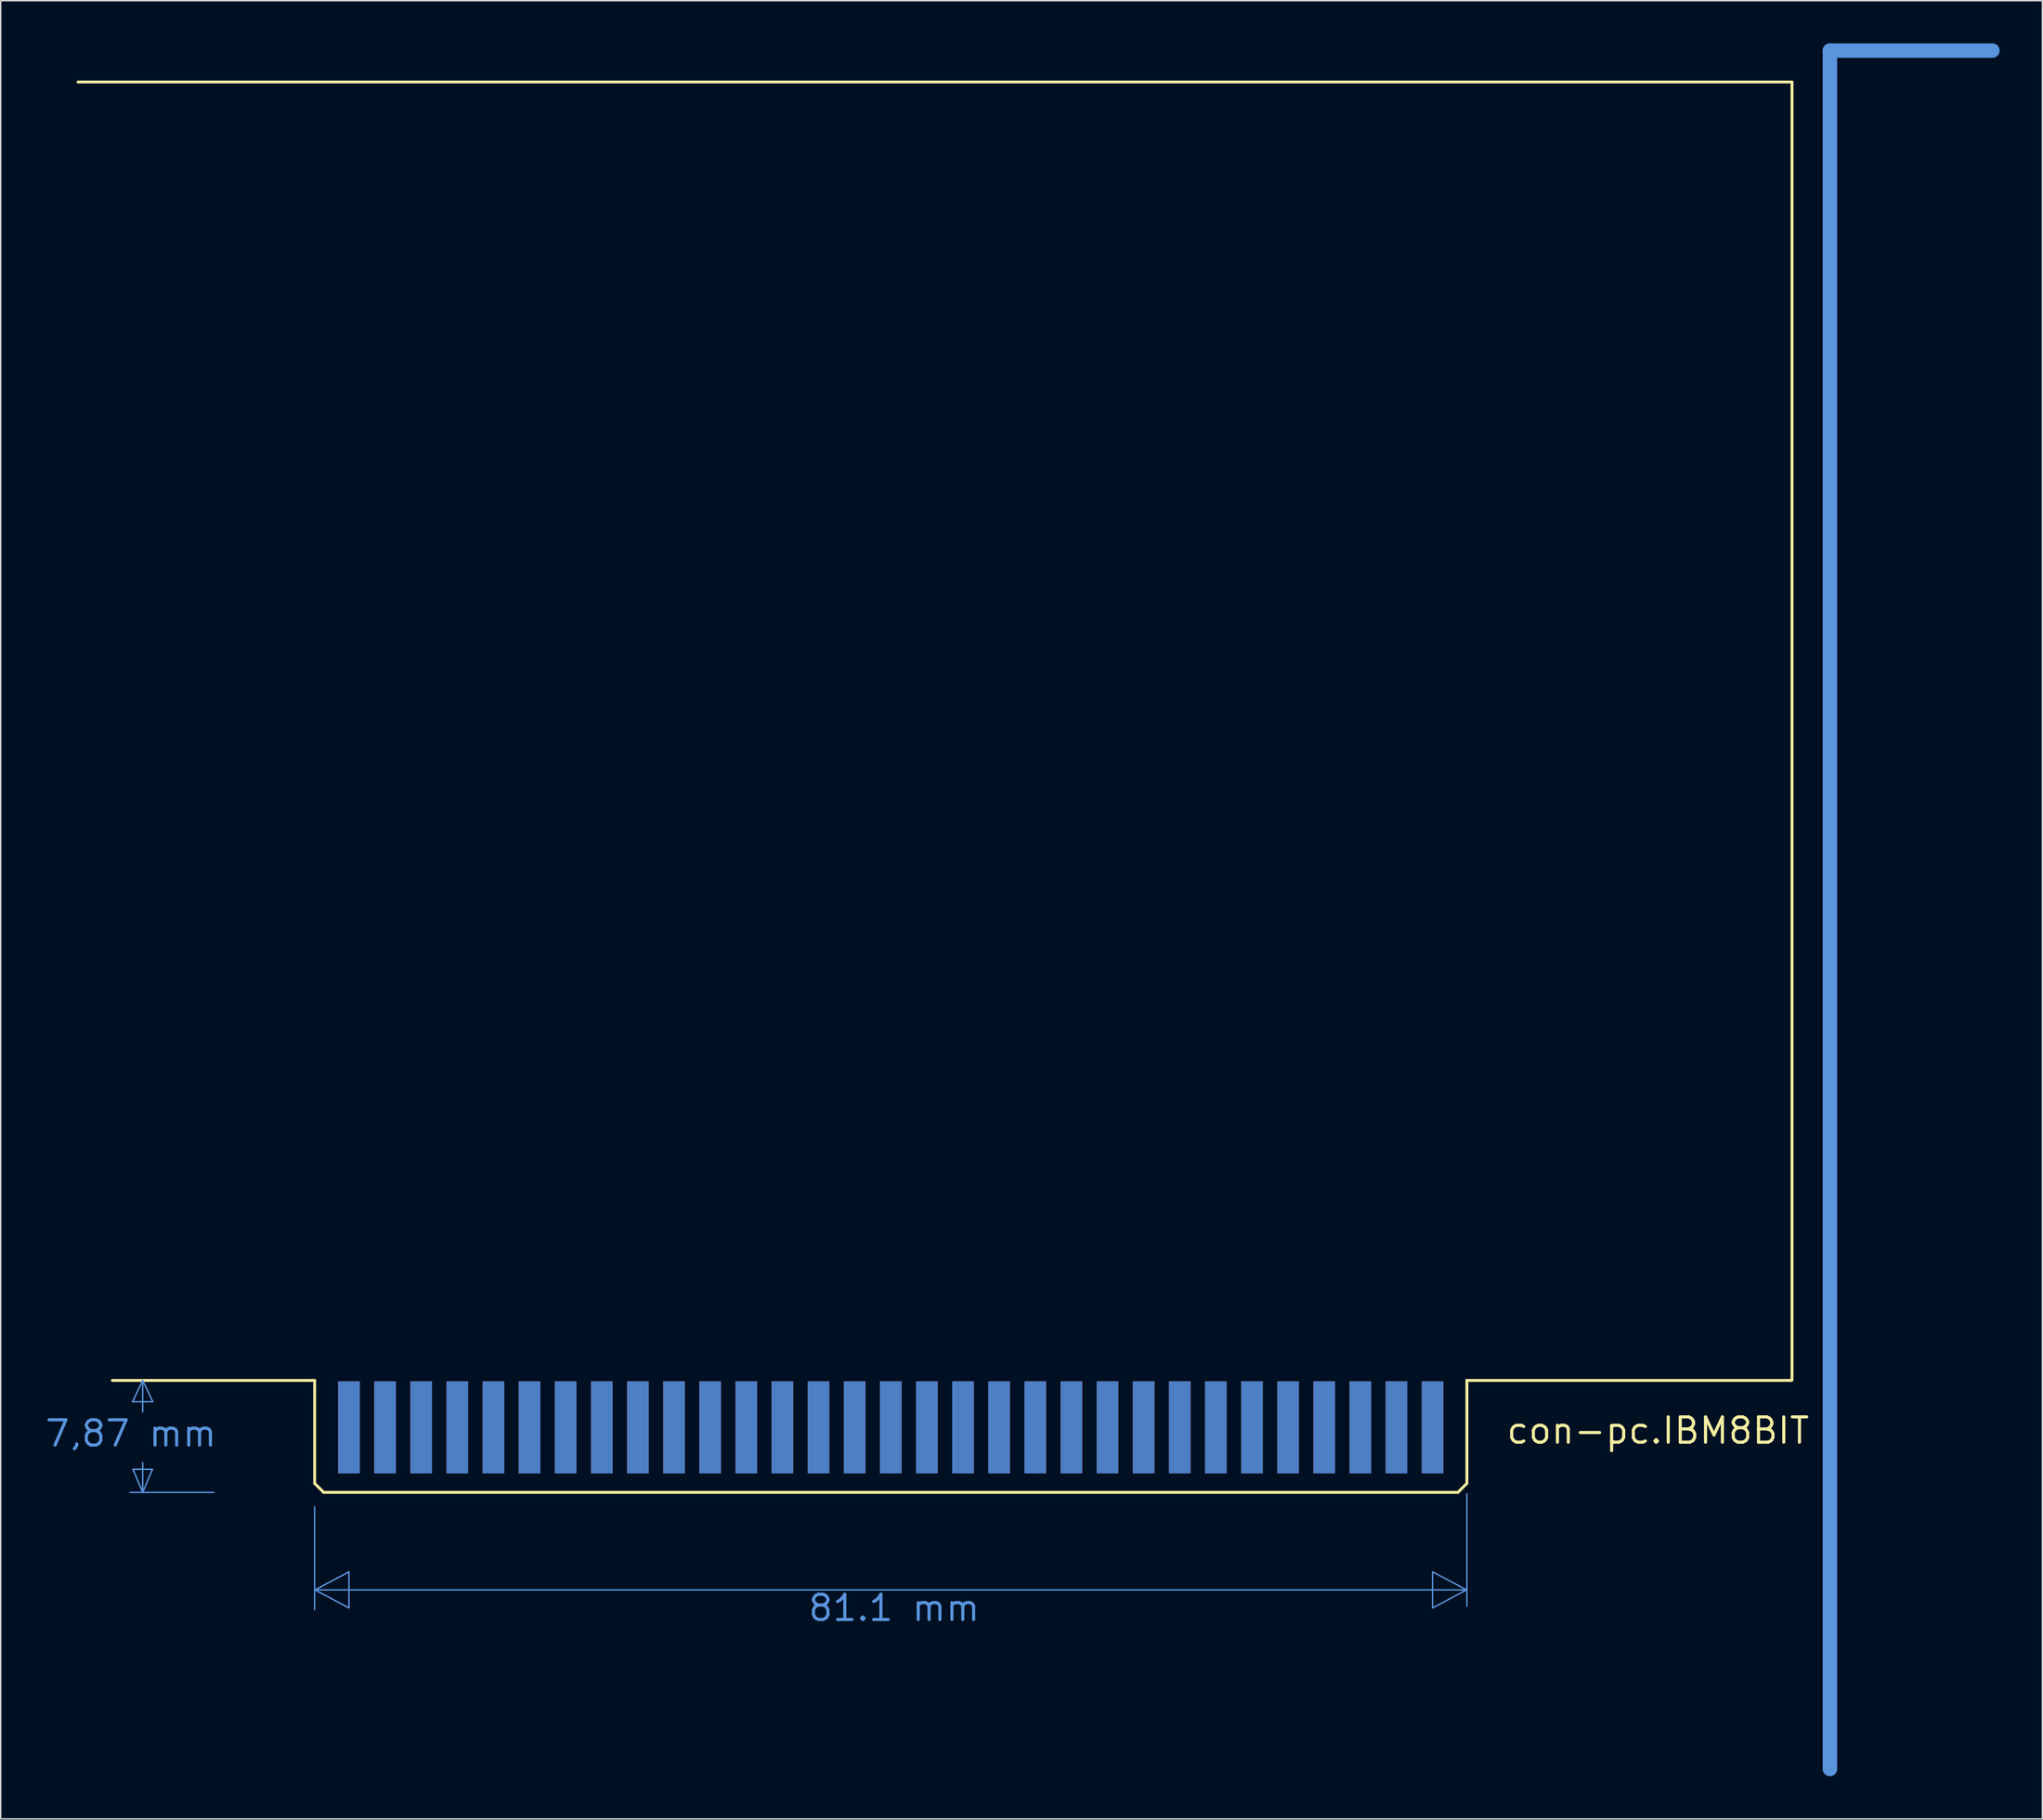
<source format=kicad_pcb>
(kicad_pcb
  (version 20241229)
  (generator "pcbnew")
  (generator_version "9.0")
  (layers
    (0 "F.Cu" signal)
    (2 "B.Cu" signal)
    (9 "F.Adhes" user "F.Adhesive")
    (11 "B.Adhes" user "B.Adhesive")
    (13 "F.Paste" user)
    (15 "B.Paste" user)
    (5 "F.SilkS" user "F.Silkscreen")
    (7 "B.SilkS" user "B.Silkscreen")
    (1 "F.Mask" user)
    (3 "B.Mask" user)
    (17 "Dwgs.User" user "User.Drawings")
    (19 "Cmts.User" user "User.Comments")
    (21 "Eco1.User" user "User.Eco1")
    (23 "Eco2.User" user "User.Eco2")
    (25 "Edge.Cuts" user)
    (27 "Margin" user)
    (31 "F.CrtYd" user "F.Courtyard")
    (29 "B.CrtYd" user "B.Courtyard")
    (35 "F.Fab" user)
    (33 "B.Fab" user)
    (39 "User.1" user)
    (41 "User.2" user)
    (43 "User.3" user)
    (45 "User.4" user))
  (footprint "con-pc.IBM8BIT"
    (layer "B.Cu")
    (at 123.088 102.413)
    (property "Reference" "con-pc.IBM8BIT" (at -20.32 -3.81 0) (layer "F.SilkS") (effects (font (size 1.778 1.778) (thickness 0.22)) (justify left bottom)))
    (attr smd)
    (fp_line (start -105.41 3.81) (end -16.51 3.81) (stroke (width 1.016) (type default)) (layer "F.Mask"))
    (fp_line (start -101.6 -2.54) (end -101.6 3.81) (stroke (width 1.016) (type default)) (layer "F.Mask"))
    (fp_line (start -99.06 -2.54) (end -99.06 3.81) (stroke (width 1.016) (type default)) (layer "F.Mask"))
    (fp_line (start -96.52 -2.54) (end -96.52 3.81) (stroke (width 1.016) (type default)) (layer "F.Mask"))
    (fp_line (start -93.98 -2.54) (end -93.98 3.81) (stroke (width 1.016) (type default)) (layer "F.Mask"))
    (fp_line (start -91.44 -2.54) (end -91.44 3.81) (stroke (width 1.016) (type default)) (layer "F.Mask"))
    (fp_line (start -88.9 -2.54) (end -88.9 3.81) (stroke (width 1.016) (type default)) (layer "F.Mask"))
    (fp_line (start -86.36 -2.54) (end -86.36 3.81) (stroke (width 1.016) (type default)) (layer "F.Mask"))
    (fp_line (start -83.82 -2.54) (end -83.82 3.81) (stroke (width 1.016) (type default)) (layer "F.Mask"))
    (fp_line (start -81.28 -2.54) (end -81.28 3.81) (stroke (width 1.016) (type default)) (layer "F.Mask"))
    (fp_line (start -78.74 -2.54) (end -78.74 3.81) (stroke (width 1.016) (type default)) (layer "F.Mask"))
    (fp_line (start -76.2 -2.54) (end -76.2 3.81) (stroke (width 1.016) (type default)) (layer "F.Mask"))
    (fp_line (start -73.66 -2.54) (end -73.66 3.81) (stroke (width 1.016) (type default)) (layer "F.Mask"))
    (fp_line (start -71.12 -2.54) (end -71.12 3.81) (stroke (width 1.016) (type default)) (layer "F.Mask"))
    (fp_line (start -68.58 -2.54) (end -68.58 3.81) (stroke (width 1.016) (type default)) (layer "F.Mask"))
    (fp_line (start -66.04 -2.54) (end -66.04 3.81) (stroke (width 1.016) (type default)) (layer "F.Mask"))
    (fp_line (start -63.5 -2.54) (end -63.5 3.81) (stroke (width 1.016) (type default)) (layer "F.Mask"))
    (fp_line (start -60.96 -2.54) (end -60.96 3.81) (stroke (width 1.016) (type default)) (layer "F.Mask"))
    (fp_line (start -58.42 -2.54) (end -58.42 3.81) (stroke (width 1.016) (type default)) (layer "F.Mask"))
    (fp_line (start -55.88 -2.54) (end -55.88 3.81) (stroke (width 1.016) (type default)) (layer "F.Mask"))
    (fp_line (start -53.34 -2.54) (end -53.34 3.81) (stroke (width 1.016) (type default)) (layer "F.Mask"))
    (fp_line (start -50.8 -2.54) (end -50.8 3.81) (stroke (width 1.016) (type default)) (layer "F.Mask"))
    (fp_line (start -48.26 -2.54) (end -48.26 3.81) (stroke (width 1.016) (type default)) (layer "F.Mask"))
    (fp_line (start -45.72 -2.54) (end -45.72 3.81) (stroke (width 1.016) (type default)) (layer "F.Mask"))
    (fp_line (start -43.18 -2.54) (end -43.18 3.81) (stroke (width 1.016) (type default)) (layer "F.Mask"))
    (fp_line (start -40.64 -2.54) (end -40.64 3.81) (stroke (width 1.016) (type default)) (layer "F.Mask"))
    (fp_line (start -38.1 -2.54) (end -38.1 3.81) (stroke (width 1.016) (type default)) (layer "F.Mask"))
    (fp_line (start -35.56 -2.54) (end -35.56 3.81) (stroke (width 1.016) (type default)) (layer "F.Mask"))
    (fp_line (start -33.02 -2.54) (end -33.02 3.81) (stroke (width 1.016) (type default)) (layer "F.Mask"))
    (fp_line (start -30.48 -2.54) (end -30.48 3.81) (stroke (width 1.016) (type default)) (layer "F.Mask"))
    (fp_line (start -27.94 -2.54) (end -27.94 3.81) (stroke (width 1.016) (type default)) (layer "F.Mask"))
    (fp_line (start -25.4 -2.54) (end -25.4 3.81) (stroke (width 1.016) (type default)) (layer "F.Mask"))
    (fp_rect (start -102.362 -1.778) (end -100.838 -8.382) (stroke (width 0.05) (type default)) (fill yes) (layer "F.Mask"))
    (fp_rect (start -99.822 -1.778) (end -98.298 -8.382) (stroke (width 0.05) (type default)) (fill yes) (layer "F.Mask"))
    (fp_rect (start -97.282 -1.778) (end -95.758 -8.382) (stroke (width 0.05) (type default)) (fill yes) (layer "F.Mask"))
    (fp_rect (start -94.742 -1.778) (end -93.218 -8.382) (stroke (width 0.05) (type default)) (fill yes) (layer "F.Mask"))
    (fp_rect (start -92.202 -1.778) (end -90.678 -8.382) (stroke (width 0.05) (type default)) (fill yes) (layer "F.Mask"))
    (fp_rect (start -89.662 -1.778) (end -88.138 -8.382) (stroke (width 0.05) (type default)) (fill yes) (layer "F.Mask"))
    (fp_rect (start -87.122 -1.778) (end -85.598 -8.382) (stroke (width 0.05) (type default)) (fill yes) (layer "F.Mask"))
    (fp_rect (start -84.582 -1.778) (end -83.058 -8.382) (stroke (width 0.05) (type default)) (fill yes) (layer "F.Mask"))
    (fp_rect (start -82.042 -1.778) (end -80.518 -8.382) (stroke (width 0.05) (type default)) (fill yes) (layer "F.Mask"))
    (fp_rect (start -79.502 -1.778) (end -77.978 -8.382) (stroke (width 0.05) (type default)) (fill yes) (layer "F.Mask"))
    (fp_rect (start -76.962 -1.778) (end -75.438 -8.382) (stroke (width 0.05) (type default)) (fill yes) (layer "F.Mask"))
    (fp_rect (start -74.422 -1.778) (end -72.898 -8.382) (stroke (width 0.05) (type default)) (fill yes) (layer "F.Mask"))
    (fp_rect (start -71.882 -1.778) (end -70.358 -8.382) (stroke (width 0.05) (type default)) (fill yes) (layer "F.Mask"))
    (fp_rect (start -69.342 -1.778) (end -67.818 -8.382) (stroke (width 0.05) (type default)) (fill yes) (layer "F.Mask"))
    (fp_rect (start -66.802 -1.778) (end -65.278 -8.382) (stroke (width 0.05) (type default)) (fill yes) (layer "F.Mask"))
    (fp_rect (start -64.262 -1.778) (end -62.738 -8.382) (stroke (width 0.05) (type default)) (fill yes) (layer "F.Mask"))
    (fp_rect (start -61.722 -1.778) (end -60.198 -8.382) (stroke (width 0.05) (type default)) (fill yes) (layer "F.Mask"))
    (fp_rect (start -59.182 -1.778) (end -57.658 -8.382) (stroke (width 0.05) (type default)) (fill yes) (layer "F.Mask"))
    (fp_rect (start -56.642 -1.778) (end -55.118 -8.382) (stroke (width 0.05) (type default)) (fill yes) (layer "F.Mask"))
    (fp_rect (start -54.102 -1.778) (end -52.578 -8.382) (stroke (width 0.05) (type default)) (fill yes) (layer "F.Mask"))
    (fp_rect (start -51.562 -1.778) (end -50.038 -8.382) (stroke (width 0.05) (type default)) (fill yes) (layer "F.Mask"))
    (fp_rect (start -49.022 -1.778) (end -47.498 -8.382) (stroke (width 0.05) (type default)) (fill yes) (layer "F.Mask"))
    (fp_rect (start -46.482 -1.778) (end -44.958 -8.382) (stroke (width 0.05) (type default)) (fill yes) (layer "F.Mask"))
    (fp_rect (start -43.942 -1.778) (end -42.418 -8.382) (stroke (width 0.05) (type default)) (fill yes) (layer "F.Mask"))
    (fp_rect (start -41.402 -1.778) (end -39.878 -8.382) (stroke (width 0.05) (type default)) (fill yes) (layer "F.Mask"))
    (fp_rect (start -38.862 -1.778) (end -37.338 -8.382) (stroke (width 0.05) (type default)) (fill yes) (layer "F.Mask"))
    (fp_rect (start -36.322 -1.778) (end -34.798 -8.382) (stroke (width 0.05) (type default)) (fill yes) (layer "F.Mask"))
    (fp_rect (start -33.782 -1.778) (end -32.258 -8.382) (stroke (width 0.05) (type default)) (fill yes) (layer "F.Mask"))
    (fp_rect (start -31.242 -1.778) (end -29.718 -8.382) (stroke (width 0.05) (type default)) (fill yes) (layer "F.Mask"))
    (fp_rect (start -28.702 -1.778) (end -27.178 -8.382) (stroke (width 0.05) (type default)) (fill yes) (layer "F.Mask"))
    (fp_rect (start -26.162 -1.778) (end -24.638 -8.382) (stroke (width 0.05) (type default)) (fill yes) (layer "F.Mask"))
    (fp_line (start -105.41 3.81) (end -16.51 3.81) (stroke (width 1.016) (type default)) (layer "B.Mask"))
    (fp_line (start -101.6 -2.54) (end -101.6 3.81) (stroke (width 1.016) (type default)) (layer "B.Mask"))
    (fp_line (start -99.06 -2.54) (end -99.06 3.81) (stroke (width 1.016) (type default)) (layer "B.Mask"))
    (fp_line (start -96.52 -2.54) (end -96.52 3.81) (stroke (width 1.016) (type default)) (layer "B.Mask"))
    (fp_line (start -93.98 -2.54) (end -93.98 3.81) (stroke (width 1.016) (type default)) (layer "B.Mask"))
    (fp_line (start -91.44 -2.54) (end -91.44 3.81) (stroke (width 1.016) (type default)) (layer "B.Mask"))
    (fp_line (start -88.9 -2.54) (end -88.9 3.81) (stroke (width 1.016) (type default)) (layer "B.Mask"))
    (fp_line (start -86.36 -2.54) (end -86.36 3.81) (stroke (width 1.016) (type default)) (layer "B.Mask"))
    (fp_line (start -83.82 -2.54) (end -83.82 3.81) (stroke (width 1.016) (type default)) (layer "B.Mask"))
    (fp_line (start -81.28 -2.54) (end -81.28 3.81) (stroke (width 1.016) (type default)) (layer "B.Mask"))
    (fp_line (start -78.74 -2.54) (end -78.74 3.81) (stroke (width 1.016) (type default)) (layer "B.Mask"))
    (fp_line (start -76.2 -2.54) (end -76.2 3.81) (stroke (width 1.016) (type default)) (layer "B.Mask"))
    (fp_line (start -73.66 -2.54) (end -73.66 3.81) (stroke (width 1.016) (type default)) (layer "B.Mask"))
    (fp_line (start -71.12 -2.54) (end -71.12 3.81) (stroke (width 1.016) (type default)) (layer "B.Mask"))
    (fp_line (start -68.58 -2.54) (end -68.58 3.81) (stroke (width 1.016) (type default)) (layer "B.Mask"))
    (fp_line (start -66.04 -2.54) (end -66.04 3.81) (stroke (width 1.016) (type default)) (layer "B.Mask"))
    (fp_line (start -63.5 -2.54) (end -63.5 3.81) (stroke (width 1.016) (type default)) (layer "B.Mask"))
    (fp_line (start -60.96 -2.54) (end -60.96 3.81) (stroke (width 1.016) (type default)) (layer "B.Mask"))
    (fp_line (start -58.42 -2.54) (end -58.42 3.81) (stroke (width 1.016) (type default)) (layer "B.Mask"))
    (fp_line (start -55.88 -2.54) (end -55.88 3.81) (stroke (width 1.016) (type default)) (layer "B.Mask"))
    (fp_line (start -53.34 -2.54) (end -53.34 3.81) (stroke (width 1.016) (type default)) (layer "B.Mask"))
    (fp_line (start -50.8 -2.54) (end -50.8 3.81) (stroke (width 1.016) (type default)) (layer "B.Mask"))
    (fp_line (start -48.26 -2.54) (end -48.26 3.81) (stroke (width 1.016) (type default)) (layer "B.Mask"))
    (fp_line (start -45.72 -2.54) (end -45.72 3.81) (stroke (width 1.016) (type default)) (layer "B.Mask"))
    (fp_line (start -43.18 -2.54) (end -43.18 3.81) (stroke (width 1.016) (type default)) (layer "B.Mask"))
    (fp_line (start -40.64 -2.54) (end -40.64 3.81) (stroke (width 1.016) (type default)) (layer "B.Mask"))
    (fp_line (start -38.1 -2.54) (end -38.1 3.81) (stroke (width 1.016) (type default)) (layer "B.Mask"))
    (fp_line (start -35.56 -2.54) (end -35.56 3.81) (stroke (width 1.016) (type default)) (layer "B.Mask"))
    (fp_line (start -33.02 -2.54) (end -33.02 3.81) (stroke (width 1.016) (type default)) (layer "B.Mask"))
    (fp_line (start -30.48 -2.54) (end -30.48 3.81) (stroke (width 1.016) (type default)) (layer "B.Mask"))
    (fp_line (start -27.94 -2.54) (end -27.94 3.81) (stroke (width 1.016) (type default)) (layer "B.Mask"))
    (fp_line (start -25.4 -2.54) (end -25.4 3.81) (stroke (width 1.016) (type default)) (layer "B.Mask"))
    (fp_rect (start -102.362 -1.778) (end -100.838 -8.382) (stroke (width 0.05) (type default)) (fill yes) (layer "B.Mask"))
    (fp_rect (start -99.822 -1.778) (end -98.298 -8.382) (stroke (width 0.05) (type default)) (fill yes) (layer "B.Mask"))
    (fp_rect (start -97.282 -1.778) (end -95.758 -8.382) (stroke (width 0.05) (type default)) (fill yes) (layer "B.Mask"))
    (fp_rect (start -94.742 -1.778) (end -93.218 -8.382) (stroke (width 0.05) (type default)) (fill yes) (layer "B.Mask"))
    (fp_rect (start -92.202 -1.778) (end -90.678 -8.382) (stroke (width 0.05) (type default)) (fill yes) (layer "B.Mask"))
    (fp_rect (start -89.662 -1.778) (end -88.138 -8.382) (stroke (width 0.05) (type default)) (fill yes) (layer "B.Mask"))
    (fp_rect (start -87.122 -1.778) (end -85.598 -8.382) (stroke (width 0.05) (type default)) (fill yes) (layer "B.Mask"))
    (fp_rect (start -84.582 -1.778) (end -83.058 -8.382) (stroke (width 0.05) (type default)) (fill yes) (layer "B.Mask"))
    (fp_rect (start -82.042 -1.778) (end -80.518 -8.382) (stroke (width 0.05) (type default)) (fill yes) (layer "B.Mask"))
    (fp_rect (start -79.502 -1.778) (end -77.978 -8.382) (stroke (width 0.05) (type default)) (fill yes) (layer "B.Mask"))
    (fp_rect (start -76.962 -1.778) (end -75.438 -8.382) (stroke (width 0.05) (type default)) (fill yes) (layer "B.Mask"))
    (fp_rect (start -74.422 -1.778) (end -72.898 -8.382) (stroke (width 0.05) (type default)) (fill yes) (layer "B.Mask"))
    (fp_rect (start -71.882 -1.778) (end -70.358 -8.382) (stroke (width 0.05) (type default)) (fill yes) (layer "B.Mask"))
    (fp_rect (start -69.342 -1.778) (end -67.818 -8.382) (stroke (width 0.05) (type default)) (fill yes) (layer "B.Mask"))
    (fp_rect (start -66.802 -1.778) (end -65.278 -8.382) (stroke (width 0.05) (type default)) (fill yes) (layer "B.Mask"))
    (fp_rect (start -64.262 -1.778) (end -62.738 -8.382) (stroke (width 0.05) (type default)) (fill yes) (layer "B.Mask"))
    (fp_rect (start -61.722 -1.778) (end -60.198 -8.382) (stroke (width 0.05) (type default)) (fill yes) (layer "B.Mask"))
    (fp_rect (start -59.182 -1.778) (end -57.658 -8.382) (stroke (width 0.05) (type default)) (fill yes) (layer "B.Mask"))
    (fp_rect (start -56.642 -1.778) (end -55.118 -8.382) (stroke (width 0.05) (type default)) (fill yes) (layer "B.Mask"))
    (fp_rect (start -54.102 -1.778) (end -52.578 -8.382) (stroke (width 0.05) (type default)) (fill yes) (layer "B.Mask"))
    (fp_rect (start -51.562 -1.778) (end -50.038 -8.382) (stroke (width 0.05) (type default)) (fill yes) (layer "B.Mask"))
    (fp_rect (start -49.022 -1.778) (end -47.498 -8.382) (stroke (width 0.05) (type default)) (fill yes) (layer "B.Mask"))
    (fp_rect (start -46.482 -1.778) (end -44.958 -8.382) (stroke (width 0.05) (type default)) (fill yes) (layer "B.Mask"))
    (fp_rect (start -43.942 -1.778) (end -42.418 -8.382) (stroke (width 0.05) (type default)) (fill yes) (layer "B.Mask"))
    (fp_rect (start -41.402 -1.778) (end -39.878 -8.382) (stroke (width 0.05) (type default)) (fill yes) (layer "B.Mask"))
    (fp_rect (start -38.862 -1.778) (end -37.338 -8.382) (stroke (width 0.05) (type default)) (fill yes) (layer "B.Mask"))
    (fp_rect (start -36.322 -1.778) (end -34.798 -8.382) (stroke (width 0.05) (type default)) (fill yes) (layer "B.Mask"))
    (fp_rect (start -33.782 -1.778) (end -32.258 -8.382) (stroke (width 0.05) (type default)) (fill yes) (layer "B.Mask"))
    (fp_rect (start -31.242 -1.778) (end -29.718 -8.382) (stroke (width 0.05) (type default)) (fill yes) (layer "B.Mask"))
    (fp_rect (start -28.702 -1.778) (end -27.178 -8.382) (stroke (width 0.05) (type default)) (fill yes) (layer "B.Mask"))
    (fp_rect (start -26.162 -1.778) (end -24.638 -8.382) (stroke (width 0.05) (type default)) (fill yes) (layer "B.Mask"))
    (fp_line (start -104.013 -8.382) (end -118.237 -8.382) (stroke (width 0.203) (type default)) (layer "F.SilkS"))
    (fp_line (start -104.013 -8.382) (end -104.013 -6.35) (stroke (width 0.152) (type default)) (layer "F.SilkS"))
    (fp_line (start -104.013 -8.382) (end -104.013 -1.143) (stroke (width 0.203) (type default)) (layer "F.SilkS"))
    (fp_line (start -103.378 -0.508) (end -104.013 -1.143) (stroke (width 0.203) (type default)) (layer "F.SilkS"))
    (fp_line (start -23.622 -0.508) (end -103.378 -0.508) (stroke (width 0.203) (type default)) (layer "F.SilkS"))
    (fp_line (start -22.987 -8.382) (end -22.987 -1.143) (stroke (width 0.203) (type default)) (layer "F.SilkS"))
    (fp_line (start -22.987 -1.143) (end -23.622 -0.508) (stroke (width 0.203) (type default)) (layer "F.SilkS"))
    (fp_line (start -0.154 -8.382) (end -22.987 -8.382) (stroke (width 0.203) (type default)) (layer "F.SilkS"))
    (fp_line (start -0.127 -99.661) (end -0.127 -8.413) (stroke (width 0.203) (type default)) (layer "F.SilkS"))
    (fp_line (start -0.119 -99.695) (end -120.65 -99.695) (stroke (width 0.203) (type default)) (layer "F.SilkS"))
    (fp_line (start -116.815 -6.883) (end -115.392 -6.883) (stroke (width 0.1) (type default)) (layer "Cmts.User"))
    (fp_line (start -116.789 -2.134) (end -116.103 -0.508) (stroke (width 0.1) (type default)) (layer "Cmts.User"))
    (fp_line (start -116.103 -8.382) (end -116.815 -6.883) (stroke (width 0.1) (type default)) (layer "Cmts.User"))
    (fp_line (start -116.103 -8.382) (end -116.103 -6.172) (stroke (width 0.1) (type default)) (layer "Cmts.User"))
    (fp_line (start -116.103 -0.508) (end -116.992 -0.508) (stroke (width 0.1) (type default)) (layer "Cmts.User"))
    (fp_line (start -116.103 -0.508) (end -116.103 -2.591) (stroke (width 0.1) (type default)) (layer "Cmts.User"))
    (fp_line (start -116.103 -0.508) (end -115.418 -2.134) (stroke (width 0.1) (type default)) (layer "Cmts.User"))
    (fp_line (start -115.418 -2.134) (end -116.789 -2.134) (stroke (width 0.1) (type default)) (layer "Cmts.User"))
    (fp_line (start -115.392 -6.883) (end -116.103 -8.382) (stroke (width 0.1) (type default)) (layer "Cmts.User"))
    (fp_line (start -111.1 -0.508) (end -116.103 -0.508) (stroke (width 0.1) (type default)) (layer "Cmts.User"))
    (fp_line (start -104.013 0.508) (end -104.013 7.747) (stroke (width 0.1) (type default)) (layer "Cmts.User"))
    (fp_line (start -103.988 6.35) (end -101.6 5.08) (stroke (width 0.1) (type default)) (layer "Cmts.User"))
    (fp_line (start -101.6 5.08) (end -101.6 7.62) (stroke (width 0.1) (type default)) (layer "Cmts.User"))
    (fp_line (start -101.6 7.62) (end -103.988 6.35) (stroke (width 0.1) (type default)) (layer "Cmts.User"))
    (fp_line (start -25.4 5.08) (end -25.4 7.62) (stroke (width 0.1) (type default)) (layer "Cmts.User"))
    (fp_line (start -25.4 7.62) (end -23.012 6.35) (stroke (width 0.1) (type default)) (layer "Cmts.User"))
    (fp_line (start -23.012 6.35) (end -103.988 6.35) (stroke (width 0.1) (type default)) (layer "Cmts.User"))
    (fp_line (start -23.012 6.35) (end -25.4 5.08) (stroke (width 0.1) (type default)) (layer "Cmts.User"))
    (fp_line (start -22.987 -0.406) (end -22.987 7.493) (stroke (width 0.1) (type default)) (layer "Cmts.User"))
    (fp_line (start 2.54 -101.905) (end 13.97 -101.905) (stroke (width 1.016) (type default)) (layer "Cmts.User"))
    (fp_line (start 2.54 18.948) (end 2.54 -101.905) (stroke (width 1.016) (type default)) (layer "Cmts.User"))
    (fp_text user "7,87 mm" (at -123.088 -3.607 0) (layer "Cmts.User") (effects (font (size 1.778 1.778) (thickness 0.22)) (justify left bottom)))
    (fp_text user "81.1 mm" (at -69.418 8.661 0) (layer "Cmts.User") (effects (font (size 1.778 1.778) (thickness 0.22)) (justify left bottom)))
    (pad "A1" smd roundrect (at -25.4 -5.08) (size 1.524 6.477) (layers "F.Cu" "F.Mask" "F.Paste") (roundrect_rratio 0.01))
    (pad "A2" smd roundrect (at -27.94 -5.08) (size 1.524 6.477) (layers "F.Cu" "F.Mask" "F.Paste") (roundrect_rratio 0.01))
    (pad "A3" smd roundrect (at -30.48 -5.08) (size 1.524 6.477) (layers "F.Cu" "F.Mask" "F.Paste") (roundrect_rratio 0.01))
    (pad "A4" smd roundrect (at -33.02 -5.08) (size 1.524 6.477) (layers "F.Cu" "F.Mask" "F.Paste") (roundrect_rratio 0.01))
    (pad "A5" smd roundrect (at -35.56 -5.08) (size 1.524 6.477) (layers "F.Cu" "F.Mask" "F.Paste") (roundrect_rratio 0.01))
    (pad "A6" smd roundrect (at -38.1 -5.08) (size 1.524 6.477) (layers "F.Cu" "F.Mask" "F.Paste") (roundrect_rratio 0.01))
    (pad "A7" smd roundrect (at -40.64 -5.08) (size 1.524 6.477) (layers "F.Cu" "F.Mask" "F.Paste") (roundrect_rratio 0.01))
    (pad "A8" smd roundrect (at -43.18 -5.08) (size 1.524 6.477) (layers "F.Cu" "F.Mask" "F.Paste") (roundrect_rratio 0.01))
    (pad "A9" smd roundrect (at -45.72 -5.08) (size 1.524 6.477) (layers "F.Cu" "F.Mask" "F.Paste") (roundrect_rratio 0.01))
    (pad "A10" smd roundrect (at -48.26 -5.08) (size 1.524 6.477) (layers "F.Cu" "F.Mask" "F.Paste") (roundrect_rratio 0.01))
    (pad "A11" smd roundrect (at -50.8 -5.08) (size 1.524 6.477) (layers "F.Cu" "F.Mask" "F.Paste") (roundrect_rratio 0.01))
    (pad "A12" smd roundrect (at -53.34 -5.08) (size 1.524 6.477) (layers "F.Cu" "F.Mask" "F.Paste") (roundrect_rratio 0.01))
    (pad "A13" smd roundrect (at -55.88 -5.08) (size 1.524 6.477) (layers "F.Cu" "F.Mask" "F.Paste") (roundrect_rratio 0.01))
    (pad "A14" smd roundrect (at -58.42 -5.08) (size 1.524 6.477) (layers "F.Cu" "F.Mask" "F.Paste") (roundrect_rratio 0.01))
    (pad "A15" smd roundrect (at -60.96 -5.08) (size 1.524 6.477) (layers "F.Cu" "F.Mask" "F.Paste") (roundrect_rratio 0.01))
    (pad "A16" smd roundrect (at -63.5 -5.08) (size 1.524 6.477) (layers "F.Cu" "F.Mask" "F.Paste") (roundrect_rratio 0.01))
    (pad "A17" smd roundrect (at -66.04 -5.08) (size 1.524 6.477) (layers "F.Cu" "F.Mask" "F.Paste") (roundrect_rratio 0.01))
    (pad "A18" smd roundrect (at -68.58 -5.08) (size 1.524 6.477) (layers "F.Cu" "F.Mask" "F.Paste") (roundrect_rratio 0.01))
    (pad "A19" smd roundrect (at -71.12 -5.08) (size 1.524 6.477) (layers "F.Cu" "F.Mask" "F.Paste") (roundrect_rratio 0.01))
    (pad "A20" smd roundrect (at -73.66 -5.08) (size 1.524 6.477) (layers "F.Cu" "F.Mask" "F.Paste") (roundrect_rratio 0.01))
    (pad "A21" smd roundrect (at -76.2 -5.08) (size 1.524 6.477) (layers "F.Cu" "F.Mask" "F.Paste") (roundrect_rratio 0.01))
    (pad "A22" smd roundrect (at -78.74 -5.08) (size 1.524 6.477) (layers "F.Cu" "F.Mask" "F.Paste") (roundrect_rratio 0.01))
    (pad "A23" smd roundrect (at -81.28 -5.08) (size 1.524 6.477) (layers "F.Cu" "F.Mask" "F.Paste") (roundrect_rratio 0.01))
    (pad "A24" smd roundrect (at -83.82 -5.08) (size 1.524 6.477) (layers "F.Cu" "F.Mask" "F.Paste") (roundrect_rratio 0.01))
    (pad "A25" smd roundrect (at -86.36 -5.08) (size 1.524 6.477) (layers "F.Cu" "F.Mask" "F.Paste") (roundrect_rratio 0.01))
    (pad "A26" smd roundrect (at -88.9 -5.08) (size 1.524 6.477) (layers "F.Cu" "F.Mask" "F.Paste") (roundrect_rratio 0.01))
    (pad "A27" smd roundrect (at -91.44 -5.08) (size 1.524 6.477) (layers "F.Cu" "F.Mask" "F.Paste") (roundrect_rratio 0.01))
    (pad "A28" smd roundrect (at -93.98 -5.08) (size 1.524 6.477) (layers "F.Cu" "F.Mask" "F.Paste") (roundrect_rratio 0.01))
    (pad "A29" smd roundrect (at -96.52 -5.08) (size 1.524 6.477) (layers "F.Cu" "F.Mask" "F.Paste") (roundrect_rratio 0.01))
    (pad "A30" smd roundrect (at -99.06 -5.08) (size 1.524 6.477) (layers "F.Cu" "F.Mask" "F.Paste") (roundrect_rratio 0.01))
    (pad "A31" smd roundrect (at -101.6 -5.08) (size 1.524 6.477) (layers "F.Cu" "F.Mask" "F.Paste") (roundrect_rratio 0.01))
    (pad "B1" smd roundrect (at -25.4 -5.08) (size 1.524 6.477) (layers "B.Cu" "B.Mask" "B.Paste") (roundrect_rratio 0.01))
    (pad "B2" smd roundrect (at -27.94 -5.08) (size 1.524 6.477) (layers "B.Cu" "B.Mask" "B.Paste") (roundrect_rratio 0.01))
    (pad "B3" smd roundrect (at -30.48 -5.08) (size 1.524 6.477) (layers "B.Cu" "B.Mask" "B.Paste") (roundrect_rratio 0.01))
    (pad "B4" smd roundrect (at -33.02 -5.08) (size 1.524 6.477) (layers "B.Cu" "B.Mask" "B.Paste") (roundrect_rratio 0.01))
    (pad "B5" smd roundrect (at -35.56 -5.08) (size 1.524 6.477) (layers "B.Cu" "B.Mask" "B.Paste") (roundrect_rratio 0.01))
    (pad "B6" smd roundrect (at -38.1 -5.08) (size 1.524 6.477) (layers "B.Cu" "B.Mask" "B.Paste") (roundrect_rratio 0.01))
    (pad "B7" smd roundrect (at -40.64 -5.08) (size 1.524 6.477) (layers "B.Cu" "B.Mask" "B.Paste") (roundrect_rratio 0.01))
    (pad "B8" smd roundrect (at -43.18 -5.08) (size 1.524 6.477) (layers "B.Cu" "B.Mask" "B.Paste") (roundrect_rratio 0.01))
    (pad "B9" smd roundrect (at -45.72 -5.08) (size 1.524 6.477) (layers "B.Cu" "B.Mask" "B.Paste") (roundrect_rratio 0.01))
    (pad "B10" smd roundrect (at -48.26 -5.08) (size 1.524 6.477) (layers "B.Cu" "B.Mask" "B.Paste") (roundrect_rratio 0.01))
    (pad "B11" smd roundrect (at -50.8 -5.08) (size 1.524 6.477) (layers "B.Cu" "B.Mask" "B.Paste") (roundrect_rratio 0.01))
    (pad "B12" smd roundrect (at -53.34 -5.08) (size 1.524 6.477) (layers "B.Cu" "B.Mask" "B.Paste") (roundrect_rratio 0.01))
    (pad "B13" smd roundrect (at -55.88 -5.08) (size 1.524 6.477) (layers "B.Cu" "B.Mask" "B.Paste") (roundrect_rratio 0.01))
    (pad "B14" smd roundrect (at -58.42 -5.08) (size 1.524 6.477) (layers "B.Cu" "B.Mask" "B.Paste") (roundrect_rratio 0.01))
    (pad "B15" smd roundrect (at -60.96 -5.08) (size 1.524 6.477) (layers "B.Cu" "B.Mask" "B.Paste") (roundrect_rratio 0.01))
    (pad "B16" smd roundrect (at -63.5 -5.08) (size 1.524 6.477) (layers "B.Cu" "B.Mask" "B.Paste") (roundrect_rratio 0.01))
    (pad "B17" smd roundrect (at -66.04 -5.08) (size 1.524 6.477) (layers "B.Cu" "B.Mask" "B.Paste") (roundrect_rratio 0.01))
    (pad "B18" smd roundrect (at -68.58 -5.08) (size 1.524 6.477) (layers "B.Cu" "B.Mask" "B.Paste") (roundrect_rratio 0.01))
    (pad "B19" smd roundrect (at -71.12 -5.08) (size 1.524 6.477) (layers "B.Cu" "B.Mask" "B.Paste") (roundrect_rratio 0.01))
    (pad "B20" smd roundrect (at -73.66 -5.08) (size 1.524 6.477) (layers "B.Cu" "B.Mask" "B.Paste") (roundrect_rratio 0.01))
    (pad "B21" smd roundrect (at -76.2 -5.08) (size 1.524 6.477) (layers "B.Cu" "B.Mask" "B.Paste") (roundrect_rratio 0.01))
    (pad "B22" smd roundrect (at -78.74 -5.08) (size 1.524 6.477) (layers "B.Cu" "B.Mask" "B.Paste") (roundrect_rratio 0.01))
    (pad "B23" smd roundrect (at -81.28 -5.08) (size 1.524 6.477) (layers "B.Cu" "B.Mask" "B.Paste") (roundrect_rratio 0.01))
    (pad "B24" smd roundrect (at -83.82 -5.08) (size 1.524 6.477) (layers "B.Cu" "B.Mask" "B.Paste") (roundrect_rratio 0.01))
    (pad "B25" smd roundrect (at -86.36 -5.08) (size 1.524 6.477) (layers "B.Cu" "B.Mask" "B.Paste") (roundrect_rratio 0.01))
    (pad "B26" smd roundrect (at -88.9 -5.08) (size 1.524 6.477) (layers "B.Cu" "B.Mask" "B.Paste") (roundrect_rratio 0.01))
    (pad "B27" smd roundrect (at -91.44 -5.08) (size 1.524 6.477) (layers "B.Cu" "B.Mask" "B.Paste") (roundrect_rratio 0.01))
    (pad "B28" smd roundrect (at -93.98 -5.08) (size 1.524 6.477) (layers "B.Cu" "B.Mask" "B.Paste") (roundrect_rratio 0.01))
    (pad "B29" smd roundrect (at -96.52 -5.08) (size 1.524 6.477) (layers "B.Cu" "B.Mask" "B.Paste") (roundrect_rratio 0.01))
    (pad "B30" smd roundrect (at -99.06 -5.08) (size 1.524 6.477) (layers "B.Cu" "B.Mask" "B.Paste") (roundrect_rratio 0.01))
    (pad "B31" smd roundrect (at -101.6 -5.08) (size 1.524 6.477) (layers "B.Cu" "B.Mask" "B.Paste") (roundrect_rratio 0.01)))
  (gr_rect
    (start -3 -3)
    (end 140.566 124.869)
    (stroke (width 0.1) (type default))
    (fill no)
    (layer "Edge.Cuts")))
</source>
